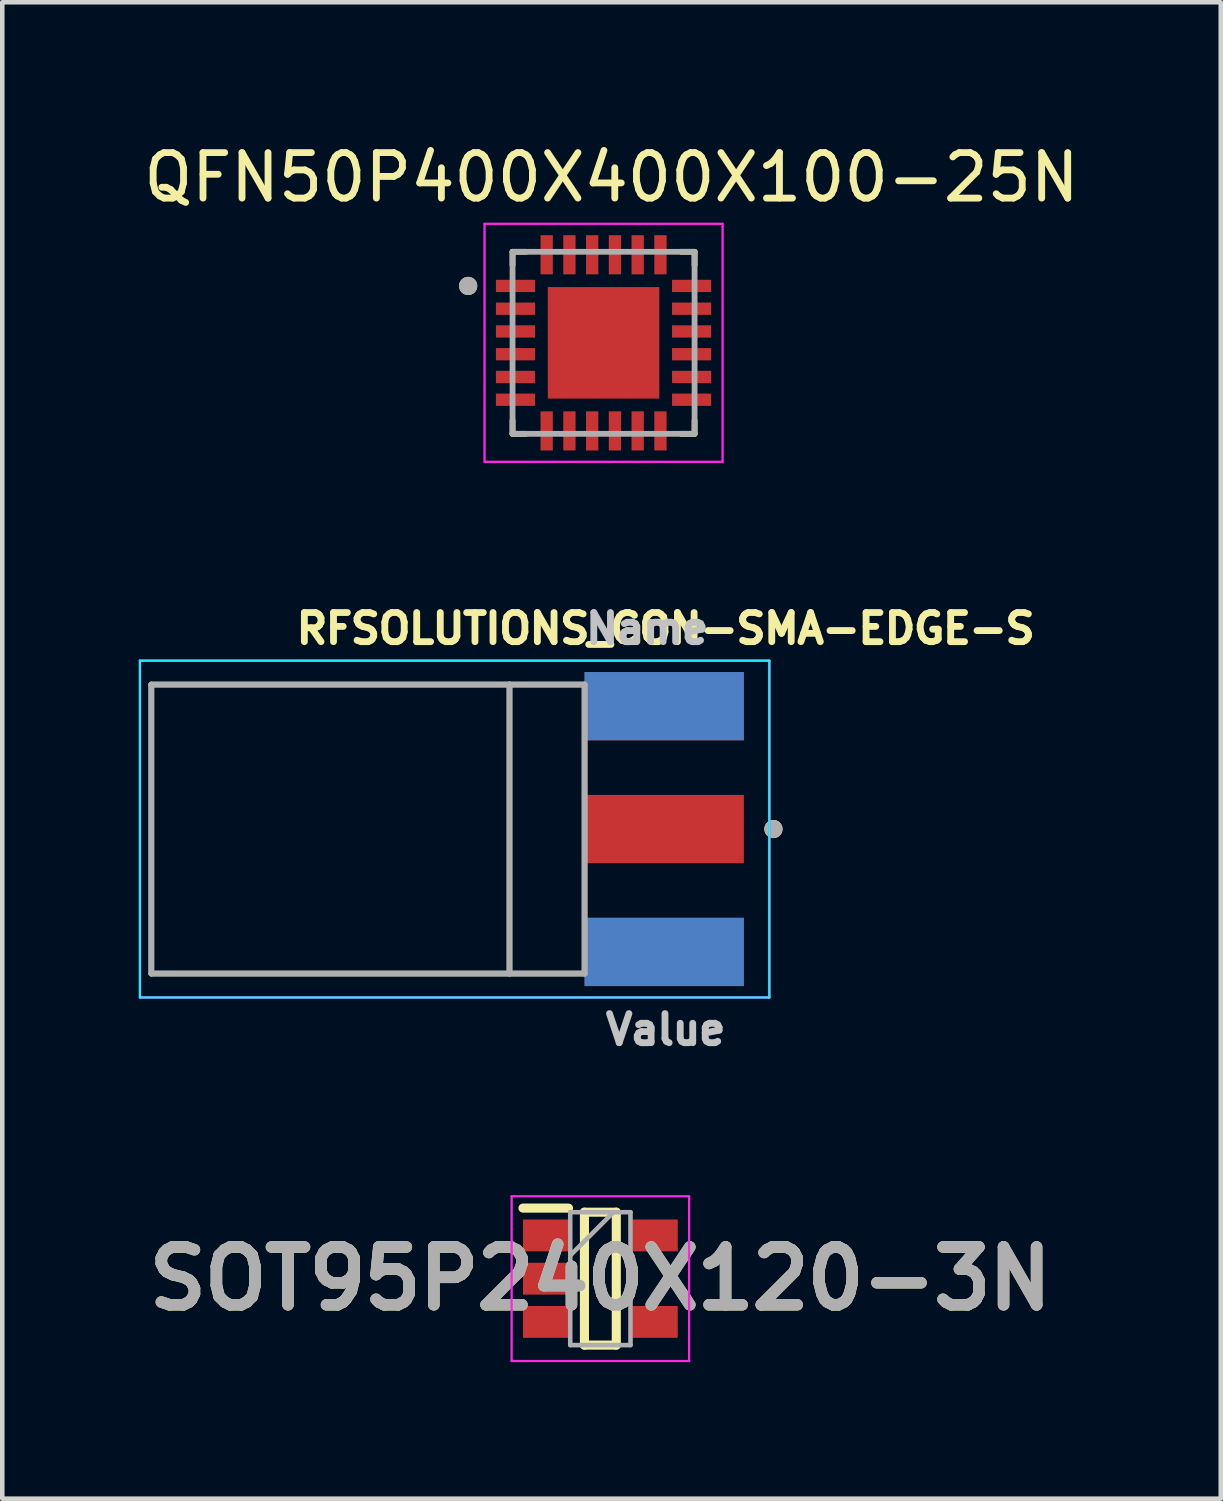
<source format=kicad_pcb>
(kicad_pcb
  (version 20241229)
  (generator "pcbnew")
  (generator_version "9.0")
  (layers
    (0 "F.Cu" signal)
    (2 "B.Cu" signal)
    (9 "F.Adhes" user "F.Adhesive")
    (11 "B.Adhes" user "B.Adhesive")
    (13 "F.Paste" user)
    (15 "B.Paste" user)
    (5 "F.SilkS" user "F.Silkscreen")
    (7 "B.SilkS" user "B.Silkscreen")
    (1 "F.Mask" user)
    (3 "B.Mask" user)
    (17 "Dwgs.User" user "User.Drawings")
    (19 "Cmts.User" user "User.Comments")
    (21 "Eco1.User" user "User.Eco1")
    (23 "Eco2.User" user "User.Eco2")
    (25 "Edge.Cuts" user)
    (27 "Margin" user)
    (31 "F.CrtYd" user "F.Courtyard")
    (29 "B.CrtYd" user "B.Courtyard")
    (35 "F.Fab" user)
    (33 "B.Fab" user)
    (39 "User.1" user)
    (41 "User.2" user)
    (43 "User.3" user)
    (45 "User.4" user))
  (footprint "RFSOLUTIONS_CON-SMA-EDGE-S"
    (layer "F.Cu")
    (at 11.545 15.167)
    (property "Reference" "RFSOLUTIONS_CON-SMA-EDGE-S" (at 0.032 -4.406 0) (layer "F.SilkS") (effects (font (size 0.64 0.64) (thickness 0.15))))
    (attr through_hole)
    (fp_circle (center 2.4 0) (end 2.5 0) (stroke (width 0.2) (type solid)) (fill no) (layer "F.SilkS"))
    (fp_line (start -11.52 -3.7) (end -11.52 3.7) (stroke (width 0.05) (type solid)) (layer "B.CrtYd"))
    (fp_line (start -11.52 3.7) (end 2.31 3.7) (stroke (width 0.05) (type solid)) (layer "B.CrtYd"))
    (fp_line (start 2.31 -3.7) (end -11.52 -3.7) (stroke (width 0.05) (type solid)) (layer "B.CrtYd"))
    (fp_line (start 2.31 3.7) (end 2.31 -3.7) (stroke (width 0.05) (type solid)) (layer "B.CrtYd"))
    (fp_line (start -11.52 -3.7) (end 2.31 -3.7) (stroke (width 0.05) (type solid)) (layer "F.CrtYd"))
    (fp_line (start -11.52 3.7) (end -11.52 -3.7) (stroke (width 0.05) (type solid)) (layer "F.CrtYd"))
    (fp_line (start 2.31 -3.7) (end 2.31 3.7) (stroke (width 0.05) (type solid)) (layer "F.CrtYd"))
    (fp_line (start 2.31 3.7) (end -11.52 3.7) (stroke (width 0.05) (type solid)) (layer "F.CrtYd"))
    (fp_line (start -11.27 -3.175) (end -11.27 3.175) (stroke (width 0.127) (type solid)) (layer "F.Fab"))
    (fp_line (start -11.27 -3.175) (end -3.4 -3.175) (stroke (width 0.127) (type solid)) (layer "F.Fab"))
    (fp_line (start -11.27 3.175) (end -11.27 -3.175) (stroke (width 0.127) (type solid)) (layer "F.Fab"))
    (fp_line (start -11.27 3.175) (end -3.4 3.175) (stroke (width 0.127) (type solid)) (layer "F.Fab"))
    (fp_line (start -3.4 -3.175) (end -11.27 -3.175) (stroke (width 0.127) (type solid)) (layer "F.Fab"))
    (fp_line (start -3.4 -3.175) (end -3.4 3.175) (stroke (width 0.127) (type solid)) (layer "F.Fab"))
    (fp_line (start -3.4 -3.175) (end -1.75 -3.175) (stroke (width 0.127) (type solid)) (layer "F.Fab"))
    (fp_line (start -3.4 3.175) (end -11.27 3.175) (stroke (width 0.127) (type solid)) (layer "F.Fab"))
    (fp_line (start -3.4 3.175) (end -3.4 -3.175) (stroke (width 0.127) (type solid)) (layer "F.Fab"))
    (fp_line (start -3.4 3.175) (end -1.75 3.175) (stroke (width 0.127) (type solid)) (layer "F.Fab"))
    (fp_line (start -1.75 -3.175) (end -3.4 -3.175) (stroke (width 0.127) (type solid)) (layer "F.Fab"))
    (fp_line (start -1.75 -3.175) (end -1.75 3.175) (stroke (width 0.127) (type solid)) (layer "F.Fab"))
    (fp_line (start -1.75 3.175) (end -3.4 3.175) (stroke (width 0.127) (type solid)) (layer "F.Fab"))
    (fp_line (start -1.75 3.175) (end -1.75 -3.175) (stroke (width 0.127) (type solid)) (layer "F.Fab"))
    (fp_circle (center 2.4 0) (end 2.5 0) (stroke (width 0.2) (type solid)) (fill no) (layer "F.Fab"))
    (fp_text user "Name" (at -0.374 -4.406 0) (layer "Dwgs.User") (effects (font (size 0.64 0.64) (thickness 0.15))))
    (fp_text user "Value" (at 0.032 4.406 0) (layer "Dwgs.User") (effects (font (size 0.64 0.64) (thickness 0.15))))
    (pad "1" smd rect (at 0 0) (size 3.5 1.5) (layers "F.Cu" "F.Mask" "F.Paste"))
    (pad "G1" smd rect (at 0 -2.7) (size 3.5 1.5) (layers "F.Cu" "F.Mask" "F.Paste"))
    (pad "G2" smd rect (at 0 2.7) (size 3.5 1.5) (layers "F.Cu" "F.Mask" "F.Paste"))
    (pad "G3" smd rect (at 0 -2.7) (size 3.5 1.5) (layers "B.Cu" "B.Mask" "B.Paste"))
    (pad "G4" smd rect (at 0 2.7) (size 3.5 1.5) (layers "B.Cu" "B.Mask" "B.Paste")))
  (footprint "SOT95P240X120-3N"
    (layer "F.Cu")
    (at 10.142 25.046)
    (property "Reference" "SOT95P240X120-3N" (at 0 0 0) (layer "F.SilkS") (effects (font (size 1.27 1.27) (thickness 0.254))))
    (attr smd)
    (fp_line (start -1.7 -1.55) (end -0.7 -1.55) (stroke (width 0.2) (type solid)) (layer "F.SilkS"))
    (fp_line (start -0.35 -1.46) (end 0.35 -1.46) (stroke (width 0.2) (type solid)) (layer "F.SilkS"))
    (fp_line (start -0.35 1.46) (end -0.35 -1.46) (stroke (width 0.2) (type solid)) (layer "F.SilkS"))
    (fp_line (start 0.35 -1.46) (end 0.35 1.46) (stroke (width 0.2) (type solid)) (layer "F.SilkS"))
    (fp_line (start 0.35 1.46) (end -0.35 1.46) (stroke (width 0.2) (type solid)) (layer "F.SilkS"))
    (fp_line (start -1.95 -1.81) (end 1.95 -1.81) (stroke (width 0.05) (type solid)) (layer "F.CrtYd"))
    (fp_line (start -1.95 1.81) (end -1.95 -1.81) (stroke (width 0.05) (type solid)) (layer "F.CrtYd"))
    (fp_line (start 1.95 -1.81) (end 1.95 1.81) (stroke (width 0.05) (type solid)) (layer "F.CrtYd"))
    (fp_line (start 1.95 1.81) (end -1.95 1.81) (stroke (width 0.05) (type solid)) (layer "F.CrtYd"))
    (fp_line (start -0.662 -1.46) (end 0.662 -1.46) (stroke (width 0.1) (type solid)) (layer "F.Fab"))
    (fp_line (start -0.662 -0.51) (end 0.288 -1.46) (stroke (width 0.1) (type solid)) (layer "F.Fab"))
    (fp_line (start -0.662 1.46) (end -0.662 -1.46) (stroke (width 0.1) (type solid)) (layer "F.Fab"))
    (fp_line (start 0.662 -1.46) (end 0.662 1.46) (stroke (width 0.1) (type solid)) (layer "F.Fab"))
    (fp_line (start 0.662 1.46) (end -0.662 1.46) (stroke (width 0.1) (type solid)) (layer "F.Fab"))
    (fp_text user "${REFERENCE}" (at 0 0 0) (layer "F.Fab") (effects (font (size 1.27 1.27) (thickness 0.254))))
    (pad "1" smd rect (at -1.2 -0.95 90) (size 0.7 1) (layers "F.Cu" "F.Mask" "F.Paste"))
    (pad "2" smd rect (at -1.2 0 90) (size 0.7 1) (layers "F.Cu" "F.Mask" "F.Paste"))
    (pad "3" smd rect (at -1.2 0.95 90) (size 0.7 1) (layers "F.Cu" "F.Mask" "F.Paste"))
    (pad "4" smd rect (at 1.2 0.95 90) (size 0.7 1) (layers "F.Cu" "F.Mask" "F.Paste"))
    (pad "5" smd rect (at 1.2 -0.95 90) (size 0.7 1) (layers "F.Cu" "F.Mask" "F.Paste")))
  (footprint "QFN50P400X400X100-25N"
    (layer "F.Cu")
    (at 10.212 4.483)
    (property "Reference" "QFN50P400X400X100-25N" (at 0.175 -3.635 0) (layer "F.SilkS") (effects (font (size 1 1) (thickness 0.15))))
    (attr through_hole)
    (fp_line (start -2 -2) (end -2 -1.705) (stroke (width 0.127) (type solid)) (layer "F.SilkS"))
    (fp_line (start -2 -2) (end -1.705 -2) (stroke (width 0.127) (type solid)) (layer "F.SilkS"))
    (fp_line (start -2 2) (end -2 1.705) (stroke (width 0.127) (type solid)) (layer "F.SilkS"))
    (fp_line (start -2 2) (end -1.705 2) (stroke (width 0.127) (type solid)) (layer "F.SilkS"))
    (fp_line (start 2 -2) (end 1.705 -2) (stroke (width 0.127) (type solid)) (layer "F.SilkS"))
    (fp_line (start 2 -2) (end 2 -1.705) (stroke (width 0.127) (type solid)) (layer "F.SilkS"))
    (fp_line (start 2 2) (end 1.705 2) (stroke (width 0.127) (type solid)) (layer "F.SilkS"))
    (fp_line (start 2 2) (end 2 1.705) (stroke (width 0.127) (type solid)) (layer "F.SilkS"))
    (fp_circle (center -2.975 -1.25) (end -2.875 -1.25) (stroke (width 0.2) (type solid)) (fill no) (layer "F.SilkS"))
    (fp_poly (pts (xy -0.775 -0.775) (xy 0.775 -0.775) (xy 0.775 0.775) (xy -0.775 0.775)) (stroke (width 0.01) (type solid)) (fill yes) (layer "F.Paste"))
    (fp_line (start -2.615 -2.615) (end 2.615 -2.615) (stroke (width 0.05) (type solid)) (layer "F.CrtYd"))
    (fp_line (start -2.615 2.615) (end -2.615 -2.615) (stroke (width 0.05) (type solid)) (layer "F.CrtYd"))
    (fp_line (start -2.615 2.615) (end 2.615 2.615) (stroke (width 0.05) (type solid)) (layer "F.CrtYd"))
    (fp_line (start 2.615 2.615) (end 2.615 -2.615) (stroke (width 0.05) (type solid)) (layer "F.CrtYd"))
    (fp_line (start -2 2) (end -2 -2) (stroke (width 0.127) (type solid)) (layer "F.Fab"))
    (fp_line (start 2 -2) (end -2 -2) (stroke (width 0.127) (type solid)) (layer "F.Fab"))
    (fp_line (start 2 2) (end -2 2) (stroke (width 0.127) (type solid)) (layer "F.Fab"))
    (fp_line (start 2 2) (end 2 -2) (stroke (width 0.127) (type solid)) (layer "F.Fab"))
    (fp_circle (center -2.975 -1.25) (end -2.875 -1.25) (stroke (width 0.2) (type solid)) (fill no) (layer "F.Fab"))
    (pad "1" smd rect (at -1.935 -1.25) (size 0.86 0.27) (layers "F.Cu" "F.Mask" "F.Paste"))
    (pad "2" smd rect (at -1.935 -0.75) (size 0.86 0.27) (layers "F.Cu" "F.Mask" "F.Paste"))
    (pad "3" smd rect (at -1.935 -0.25) (size 0.86 0.27) (layers "F.Cu" "F.Mask" "F.Paste"))
    (pad "4" smd rect (at -1.935 0.25) (size 0.86 0.27) (layers "F.Cu" "F.Mask" "F.Paste"))
    (pad "5" smd rect (at -1.935 0.75) (size 0.86 0.27) (layers "F.Cu" "F.Mask" "F.Paste"))
    (pad "6" smd rect (at -1.935 1.25) (size 0.86 0.27) (layers "F.Cu" "F.Mask" "F.Paste"))
    (pad "7" smd rect (at -1.25 1.935) (size 0.27 0.86) (layers "F.Cu" "F.Mask" "F.Paste"))
    (pad "8" smd rect (at -0.75 1.935) (size 0.27 0.86) (layers "F.Cu" "F.Mask" "F.Paste"))
    (pad "9" smd rect (at -0.25 1.935) (size 0.27 0.86) (layers "F.Cu" "F.Mask" "F.Paste"))
    (pad "10" smd rect (at 0.25 1.935) (size 0.27 0.86) (layers "F.Cu" "F.Mask" "F.Paste"))
    (pad "11" smd rect (at 0.75 1.935) (size 0.27 0.86) (layers "F.Cu" "F.Mask" "F.Paste"))
    (pad "12" smd rect (at 1.25 1.935) (size 0.27 0.86) (layers "F.Cu" "F.Mask" "F.Paste"))
    (pad "13" smd rect (at 1.935 1.25) (size 0.86 0.27) (layers "F.Cu" "F.Mask" "F.Paste"))
    (pad "14" smd rect (at 1.935 0.75) (size 0.86 0.27) (layers "F.Cu" "F.Mask" "F.Paste"))
    (pad "15" smd rect (at 1.935 0.25) (size 0.86 0.27) (layers "F.Cu" "F.Mask" "F.Paste"))
    (pad "16" smd rect (at 1.935 -0.25) (size 0.86 0.27) (layers "F.Cu" "F.Mask" "F.Paste"))
    (pad "17" smd rect (at 1.935 -0.75) (size 0.86 0.27) (layers "F.Cu" "F.Mask" "F.Paste"))
    (pad "18" smd rect (at 1.935 -1.25) (size 0.86 0.27) (layers "F.Cu" "F.Mask" "F.Paste"))
    (pad "19" smd rect (at 1.25 -1.935) (size 0.27 0.86) (layers "F.Cu" "F.Mask" "F.Paste"))
    (pad "20" smd rect (at 0.75 -1.935) (size 0.27 0.86) (layers "F.Cu" "F.Mask" "F.Paste"))
    (pad "21" smd rect (at 0.25 -1.935) (size 0.27 0.86) (layers "F.Cu" "F.Mask" "F.Paste"))
    (pad "22" smd rect (at -0.25 -1.935) (size 0.27 0.86) (layers "F.Cu" "F.Mask" "F.Paste"))
    (pad "23" smd rect (at -0.75 -1.935) (size 0.27 0.86) (layers "F.Cu" "F.Mask" "F.Paste"))
    (pad "24" smd rect (at -1.25 -1.935) (size 0.27 0.86) (layers "F.Cu" "F.Mask" "F.Paste"))
    (pad "25" smd rect (at 0 0) (size 2.45 2.45) (layers "F.Cu" "F.Mask")))
  (gr_rect
    (start -3 -3)
    (end 23.774 29.881)
    (stroke (width 0.1) (type default))
    (fill no)
    (layer "Edge.Cuts")))
</source>
